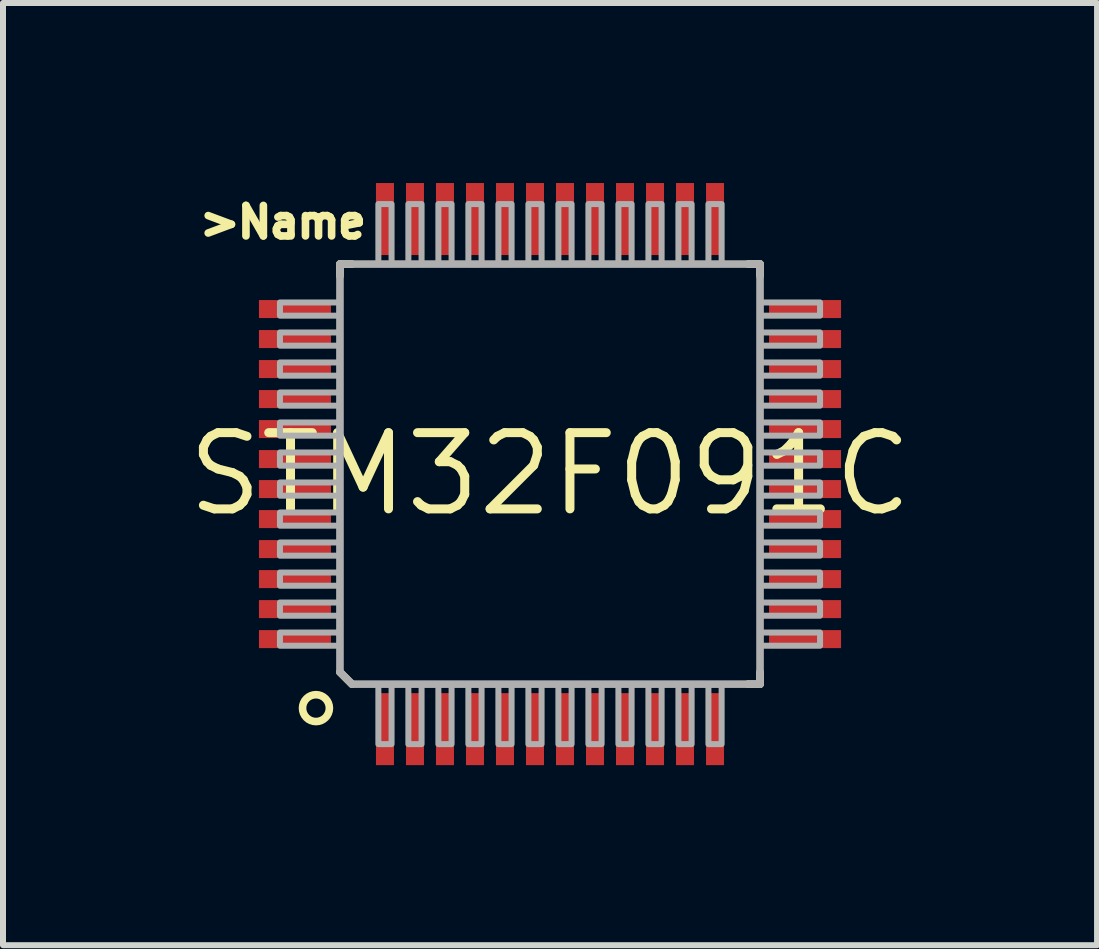
<source format=kicad_pcb>
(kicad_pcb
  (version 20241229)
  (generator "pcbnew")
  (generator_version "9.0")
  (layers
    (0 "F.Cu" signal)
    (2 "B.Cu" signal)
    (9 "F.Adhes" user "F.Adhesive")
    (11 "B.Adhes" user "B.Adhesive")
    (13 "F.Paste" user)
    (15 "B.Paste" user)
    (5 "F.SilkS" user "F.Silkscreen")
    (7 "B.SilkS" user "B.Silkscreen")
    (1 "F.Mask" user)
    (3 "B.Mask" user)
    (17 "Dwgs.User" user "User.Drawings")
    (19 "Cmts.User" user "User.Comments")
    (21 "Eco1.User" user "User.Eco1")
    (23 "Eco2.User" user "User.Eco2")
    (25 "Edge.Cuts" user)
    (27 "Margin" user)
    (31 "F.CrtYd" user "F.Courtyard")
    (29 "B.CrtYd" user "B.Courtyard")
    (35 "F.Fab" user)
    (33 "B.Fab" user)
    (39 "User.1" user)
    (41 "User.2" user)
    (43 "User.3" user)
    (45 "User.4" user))
  (footprint "STM32F091C"
    (layer "F.Cu")
    (at 6.115 4.85)
    (property "Reference" "STM32F091C" (at 0 0 0) (layer "F.SilkS") (effects (font (size 1.27 1.27) (thickness 0.15))))
    (fp_line (start -3.5 -3.5) (end -3.3 -3.5) (stroke (width 0.127) (type solid)) (layer "F.SilkS"))
    (fp_line (start -3.5 -3.3) (end -3.5 -3.5) (stroke (width 0.127) (type solid)) (layer "F.SilkS"))
    (fp_line (start -3.3 3.5) (end -3.5 3.3) (stroke (width 0.127) (type solid)) (layer "F.SilkS"))
    (fp_line (start 3.3 -3.5) (end 3.5 -3.5) (stroke (width 0.127) (type solid)) (layer "F.SilkS"))
    (fp_line (start 3.5 -3.5) (end 3.5 -3.3) (stroke (width 0.127) (type solid)) (layer "F.SilkS"))
    (fp_line (start 3.5 3.5) (end 3.3 3.5) (stroke (width 0.127) (type solid)) (layer "F.SilkS"))
    (fp_line (start 3.5 3.5) (end 3.5 3.3) (stroke (width 0.127) (type solid)) (layer "F.SilkS"))
    (fp_circle (center -3.9 3.9) (end -3.676 3.9) (stroke (width 0.127) (type solid)) (fill no) (layer "F.SilkS"))
    (fp_line (start -3.5 -3.5) (end 3.5 -3.5) (stroke (width 0.127) (type solid)) (layer "F.Fab"))
    (fp_line (start -3.5 3.3) (end -3.5 -3.5) (stroke (width 0.127) (type solid)) (layer "F.Fab"))
    (fp_line (start -3.3 3.5) (end -3.5 3.3) (stroke (width 0.127) (type solid)) (layer "F.Fab"))
    (fp_line (start 3.5 -3.5) (end 3.5 3.5) (stroke (width 0.127) (type solid)) (layer "F.Fab"))
    (fp_line (start 3.5 3.5) (end -3.3 3.5) (stroke (width 0.127) (type solid)) (layer "F.Fab"))
    (fp_poly (pts (xy -3.5 -2.86) (xy -4.5 -2.86) (xy -4.5 -2.64) (xy -3.5 -2.64)) (stroke (width 0.1) (type solid)) (fill no) (layer "F.Fab"))
    (fp_poly (pts (xy -3.5 -2.36) (xy -4.5 -2.36) (xy -4.5 -2.14) (xy -3.5 -2.14)) (stroke (width 0.1) (type solid)) (fill no) (layer "F.Fab"))
    (fp_poly (pts (xy -3.5 -1.86) (xy -4.5 -1.86) (xy -4.5 -1.64) (xy -3.5 -1.64)) (stroke (width 0.1) (type solid)) (fill no) (layer "F.Fab"))
    (fp_poly (pts (xy -3.5 -1.36) (xy -4.5 -1.36) (xy -4.5 -1.14) (xy -3.5 -1.14)) (stroke (width 0.1) (type solid)) (fill no) (layer "F.Fab"))
    (fp_poly (pts (xy -3.5 -0.86) (xy -4.5 -0.86) (xy -4.5 -0.64) (xy -3.5 -0.64)) (stroke (width 0.1) (type solid)) (fill no) (layer "F.Fab"))
    (fp_poly (pts (xy -3.5 -0.36) (xy -4.5 -0.36) (xy -4.5 -0.14) (xy -3.5 -0.14)) (stroke (width 0.1) (type solid)) (fill no) (layer "F.Fab"))
    (fp_poly (pts (xy -3.5 0.14) (xy -4.5 0.14) (xy -4.5 0.36) (xy -3.5 0.36)) (stroke (width 0.1) (type solid)) (fill no) (layer "F.Fab"))
    (fp_poly (pts (xy -3.5 0.64) (xy -4.5 0.64) (xy -4.5 0.86) (xy -3.5 0.86)) (stroke (width 0.1) (type solid)) (fill no) (layer "F.Fab"))
    (fp_poly (pts (xy -3.5 1.14) (xy -4.5 1.14) (xy -4.5 1.36) (xy -3.5 1.36)) (stroke (width 0.1) (type solid)) (fill no) (layer "F.Fab"))
    (fp_poly (pts (xy -3.5 1.64) (xy -4.5 1.64) (xy -4.5 1.86) (xy -3.5 1.86)) (stroke (width 0.1) (type solid)) (fill no) (layer "F.Fab"))
    (fp_poly (pts (xy -3.5 2.14) (xy -4.5 2.14) (xy -4.5 2.36) (xy -3.5 2.36)) (stroke (width 0.1) (type solid)) (fill no) (layer "F.Fab"))
    (fp_poly (pts (xy -3.5 2.64) (xy -4.5 2.64) (xy -4.5 2.86) (xy -3.5 2.86)) (stroke (width 0.1) (type solid)) (fill no) (layer "F.Fab"))
    (fp_poly (pts (xy -2.86 -4.5) (xy -2.86 -3.5) (xy -2.64 -3.5) (xy -2.64 -4.5)) (stroke (width 0.1) (type solid)) (fill no) (layer "F.Fab"))
    (fp_poly (pts (xy -2.64 4.5) (xy -2.64 3.5) (xy -2.86 3.5) (xy -2.86 4.5)) (stroke (width 0.1) (type solid)) (fill no) (layer "F.Fab"))
    (fp_poly (pts (xy -2.36 -4.5) (xy -2.36 -3.5) (xy -2.14 -3.5) (xy -2.14 -4.5)) (stroke (width 0.1) (type solid)) (fill no) (layer "F.Fab"))
    (fp_poly (pts (xy -2.14 4.5) (xy -2.14 3.5) (xy -2.36 3.5) (xy -2.36 4.5)) (stroke (width 0.1) (type solid)) (fill no) (layer "F.Fab"))
    (fp_poly (pts (xy -1.86 -4.5) (xy -1.86 -3.5) (xy -1.64 -3.5) (xy -1.64 -4.5)) (stroke (width 0.1) (type solid)) (fill no) (layer "F.Fab"))
    (fp_poly (pts (xy -1.64 4.5) (xy -1.64 3.5) (xy -1.86 3.5) (xy -1.86 4.5)) (stroke (width 0.1) (type solid)) (fill no) (layer "F.Fab"))
    (fp_poly (pts (xy -1.36 -4.5) (xy -1.36 -3.5) (xy -1.14 -3.5) (xy -1.14 -4.5)) (stroke (width 0.1) (type solid)) (fill no) (layer "F.Fab"))
    (fp_poly (pts (xy -1.14 4.5) (xy -1.14 3.5) (xy -1.36 3.5) (xy -1.36 4.5)) (stroke (width 0.1) (type solid)) (fill no) (layer "F.Fab"))
    (fp_poly (pts (xy -0.86 -4.5) (xy -0.86 -3.5) (xy -0.64 -3.5) (xy -0.64 -4.5)) (stroke (width 0.1) (type solid)) (fill no) (layer "F.Fab"))
    (fp_poly (pts (xy -0.64 4.5) (xy -0.64 3.5) (xy -0.86 3.5) (xy -0.86 4.5)) (stroke (width 0.1) (type solid)) (fill no) (layer "F.Fab"))
    (fp_poly (pts (xy -0.36 -4.5) (xy -0.36 -3.5) (xy -0.14 -3.5) (xy -0.14 -4.5)) (stroke (width 0.1) (type solid)) (fill no) (layer "F.Fab"))
    (fp_poly (pts (xy -0.14 4.5) (xy -0.14 3.5) (xy -0.36 3.5) (xy -0.36 4.5)) (stroke (width 0.1) (type solid)) (fill no) (layer "F.Fab"))
    (fp_poly (pts (xy 0.14 -4.5) (xy 0.14 -3.5) (xy 0.36 -3.5) (xy 0.36 -4.5)) (stroke (width 0.1) (type solid)) (fill no) (layer "F.Fab"))
    (fp_poly (pts (xy 0.36 4.5) (xy 0.36 3.5) (xy 0.14 3.5) (xy 0.14 4.5)) (stroke (width 0.1) (type solid)) (fill no) (layer "F.Fab"))
    (fp_poly (pts (xy 0.64 -4.5) (xy 0.64 -3.5) (xy 0.86 -3.5) (xy 0.86 -4.5)) (stroke (width 0.1) (type solid)) (fill no) (layer "F.Fab"))
    (fp_poly (pts (xy 0.86 4.5) (xy 0.86 3.5) (xy 0.64 3.5) (xy 0.64 4.5)) (stroke (width 0.1) (type solid)) (fill no) (layer "F.Fab"))
    (fp_poly (pts (xy 1.14 -4.5) (xy 1.14 -3.5) (xy 1.36 -3.5) (xy 1.36 -4.5)) (stroke (width 0.1) (type solid)) (fill no) (layer "F.Fab"))
    (fp_poly (pts (xy 1.36 4.5) (xy 1.36 3.5) (xy 1.14 3.5) (xy 1.14 4.5)) (stroke (width 0.1) (type solid)) (fill no) (layer "F.Fab"))
    (fp_poly (pts (xy 1.64 -4.5) (xy 1.64 -3.5) (xy 1.86 -3.5) (xy 1.86 -4.5)) (stroke (width 0.1) (type solid)) (fill no) (layer "F.Fab"))
    (fp_poly (pts (xy 1.86 4.5) (xy 1.86 3.5) (xy 1.64 3.5) (xy 1.64 4.5)) (stroke (width 0.1) (type solid)) (fill no) (layer "F.Fab"))
    (fp_poly (pts (xy 2.14 -4.5) (xy 2.14 -3.5) (xy 2.36 -3.5) (xy 2.36 -4.5)) (stroke (width 0.1) (type solid)) (fill no) (layer "F.Fab"))
    (fp_poly (pts (xy 2.36 4.5) (xy 2.36 3.5) (xy 2.14 3.5) (xy 2.14 4.5)) (stroke (width 0.1) (type solid)) (fill no) (layer "F.Fab"))
    (fp_poly (pts (xy 2.64 -4.5) (xy 2.64 -3.5) (xy 2.86 -3.5) (xy 2.86 -4.5)) (stroke (width 0.1) (type solid)) (fill no) (layer "F.Fab"))
    (fp_poly (pts (xy 2.86 4.5) (xy 2.86 3.5) (xy 2.64 3.5) (xy 2.64 4.5)) (stroke (width 0.1) (type solid)) (fill no) (layer "F.Fab"))
    (fp_poly (pts (xy 4.5 -2.86) (xy 3.5 -2.86) (xy 3.5 -2.64) (xy 4.5 -2.64)) (stroke (width 0.1) (type solid)) (fill no) (layer "F.Fab"))
    (fp_poly (pts (xy 4.5 -2.36) (xy 3.5 -2.36) (xy 3.5 -2.14) (xy 4.5 -2.14)) (stroke (width 0.1) (type solid)) (fill no) (layer "F.Fab"))
    (fp_poly (pts (xy 4.5 -1.86) (xy 3.5 -1.86) (xy 3.5 -1.64) (xy 4.5 -1.64)) (stroke (width 0.1) (type solid)) (fill no) (layer "F.Fab"))
    (fp_poly (pts (xy 4.5 -1.36) (xy 3.5 -1.36) (xy 3.5 -1.14) (xy 4.5 -1.14)) (stroke (width 0.1) (type solid)) (fill no) (layer "F.Fab"))
    (fp_poly (pts (xy 4.5 -0.86) (xy 3.5 -0.86) (xy 3.5 -0.64) (xy 4.5 -0.64)) (stroke (width 0.1) (type solid)) (fill no) (layer "F.Fab"))
    (fp_poly (pts (xy 4.5 -0.36) (xy 3.5 -0.36) (xy 3.5 -0.14) (xy 4.5 -0.14)) (stroke (width 0.1) (type solid)) (fill no) (layer "F.Fab"))
    (fp_poly (pts (xy 4.5 0.14) (xy 3.5 0.14) (xy 3.5 0.36) (xy 4.5 0.36)) (stroke (width 0.1) (type solid)) (fill no) (layer "F.Fab"))
    (fp_poly (pts (xy 4.5 0.64) (xy 3.5 0.64) (xy 3.5 0.86) (xy 4.5 0.86)) (stroke (width 0.1) (type solid)) (fill no) (layer "F.Fab"))
    (fp_poly (pts (xy 4.5 1.14) (xy 3.5 1.14) (xy 3.5 1.36) (xy 4.5 1.36)) (stroke (width 0.1) (type solid)) (fill no) (layer "F.Fab"))
    (fp_poly (pts (xy 4.5 1.64) (xy 3.5 1.64) (xy 3.5 1.86) (xy 4.5 1.86)) (stroke (width 0.1) (type solid)) (fill no) (layer "F.Fab"))
    (fp_poly (pts (xy 4.5 2.14) (xy 3.5 2.14) (xy 3.5 2.36) (xy 4.5 2.36)) (stroke (width 0.1) (type solid)) (fill no) (layer "F.Fab"))
    (fp_poly (pts (xy 4.5 2.64) (xy 3.5 2.64) (xy 3.5 2.86) (xy 4.5 2.86)) (stroke (width 0.1) (type solid)) (fill no) (layer "F.Fab"))
    (fp_text user ">Name" (at -5.9 -3.9 0) (layer "F.SilkS") (effects (font (size 0.508 0.508) (thickness 0.127)) (justify left bottom)))
    (pad "1" smd rect (at -2.75 4.25 90) (size 1.2 0.3) (layers "F.Cu" "F.Mask" "F.Paste"))
    (pad "2" smd rect (at -2.25 4.25 90) (size 1.2 0.3) (layers "F.Cu" "F.Mask" "F.Paste"))
    (pad "3" smd rect (at -1.75 4.25 90) (size 1.2 0.3) (layers "F.Cu" "F.Mask" "F.Paste"))
    (pad "4" smd rect (at -1.25 4.25 90) (size 1.2 0.3) (layers "F.Cu" "F.Mask" "F.Paste"))
    (pad "5" smd rect (at -0.75 4.25 90) (size 1.2 0.3) (layers "F.Cu" "F.Mask" "F.Paste"))
    (pad "6" smd rect (at -0.25 4.25 90) (size 1.2 0.3) (layers "F.Cu" "F.Mask" "F.Paste"))
    (pad "7" smd rect (at 0.25 4.25 90) (size 1.2 0.3) (layers "F.Cu" "F.Mask" "F.Paste"))
    (pad "8" smd rect (at 0.75 4.25 90) (size 1.2 0.3) (layers "F.Cu" "F.Mask" "F.Paste"))
    (pad "9" smd rect (at 1.25 4.25 90) (size 1.2 0.3) (layers "F.Cu" "F.Mask" "F.Paste"))
    (pad "10" smd rect (at 1.75 4.25 90) (size 1.2 0.3) (layers "F.Cu" "F.Mask" "F.Paste"))
    (pad "11" smd rect (at 2.25 4.25 90) (size 1.2 0.3) (layers "F.Cu" "F.Mask" "F.Paste"))
    (pad "12" smd rect (at 2.75 4.25 90) (size 1.2 0.3) (layers "F.Cu" "F.Mask" "F.Paste"))
    (pad "13" smd rect (at 4.25 2.75 180) (size 1.2 0.3) (layers "F.Cu" "F.Mask" "F.Paste"))
    (pad "14" smd rect (at 4.25 2.25 180) (size 1.2 0.3) (layers "F.Cu" "F.Mask" "F.Paste"))
    (pad "15" smd rect (at 4.25 1.75 180) (size 1.2 0.3) (layers "F.Cu" "F.Mask" "F.Paste"))
    (pad "16" smd rect (at 4.25 1.25 180) (size 1.2 0.3) (layers "F.Cu" "F.Mask" "F.Paste"))
    (pad "17" smd rect (at 4.25 0.75 180) (size 1.2 0.3) (layers "F.Cu" "F.Mask" "F.Paste"))
    (pad "18" smd rect (at 4.25 0.25 180) (size 1.2 0.3) (layers "F.Cu" "F.Mask" "F.Paste"))
    (pad "19" smd rect (at 4.25 -0.25 180) (size 1.2 0.3) (layers "F.Cu" "F.Mask" "F.Paste"))
    (pad "20" smd rect (at 4.25 -0.75 180) (size 1.2 0.3) (layers "F.Cu" "F.Mask" "F.Paste"))
    (pad "21" smd rect (at 4.25 -1.25 180) (size 1.2 0.3) (layers "F.Cu" "F.Mask" "F.Paste"))
    (pad "22" smd rect (at 4.25 -1.75 180) (size 1.2 0.3) (layers "F.Cu" "F.Mask" "F.Paste"))
    (pad "23" smd rect (at 4.25 -2.25 180) (size 1.2 0.3) (layers "F.Cu" "F.Mask" "F.Paste"))
    (pad "24" smd rect (at 4.25 -2.75 180) (size 1.2 0.3) (layers "F.Cu" "F.Mask" "F.Paste"))
    (pad "25" smd rect (at 2.75 -4.25 270) (size 1.2 0.3) (layers "F.Cu" "F.Mask" "F.Paste"))
    (pad "26" smd rect (at 2.25 -4.25 270) (size 1.2 0.3) (layers "F.Cu" "F.Mask" "F.Paste"))
    (pad "27" smd rect (at 1.75 -4.25 270) (size 1.2 0.3) (layers "F.Cu" "F.Mask" "F.Paste"))
    (pad "28" smd rect (at 1.25 -4.25 270) (size 1.2 0.3) (layers "F.Cu" "F.Mask" "F.Paste"))
    (pad "29" smd rect (at 0.75 -4.25 270) (size 1.2 0.3) (layers "F.Cu" "F.Mask" "F.Paste"))
    (pad "30" smd rect (at 0.25 -4.25 270) (size 1.2 0.3) (layers "F.Cu" "F.Mask" "F.Paste"))
    (pad "31" smd rect (at -0.25 -4.25 270) (size 1.2 0.3) (layers "F.Cu" "F.Mask" "F.Paste"))
    (pad "32" smd rect (at -0.75 -4.25 270) (size 1.2 0.3) (layers "F.Cu" "F.Mask" "F.Paste"))
    (pad "33" smd rect (at -1.25 -4.25 270) (size 1.2 0.3) (layers "F.Cu" "F.Mask" "F.Paste"))
    (pad "34" smd rect (at -1.75 -4.25 270) (size 1.2 0.3) (layers "F.Cu" "F.Mask" "F.Paste"))
    (pad "35" smd rect (at -2.25 -4.25 270) (size 1.2 0.3) (layers "F.Cu" "F.Mask" "F.Paste"))
    (pad "36" smd rect (at -2.75 -4.25 270) (size 1.2 0.3) (layers "F.Cu" "F.Mask" "F.Paste"))
    (pad "37" smd rect (at -4.25 -2.75) (size 1.2 0.3) (layers "F.Cu" "F.Mask" "F.Paste"))
    (pad "38" smd rect (at -4.25 -2.25) (size 1.2 0.3) (layers "F.Cu" "F.Mask" "F.Paste"))
    (pad "39" smd rect (at -4.25 -1.75) (size 1.2 0.3) (layers "F.Cu" "F.Mask" "F.Paste"))
    (pad "40" smd rect (at -4.25 -1.25) (size 1.2 0.3) (layers "F.Cu" "F.Mask" "F.Paste"))
    (pad "41" smd rect (at -4.25 -0.75) (size 1.2 0.3) (layers "F.Cu" "F.Mask" "F.Paste"))
    (pad "42" smd rect (at -4.25 -0.25) (size 1.2 0.3) (layers "F.Cu" "F.Mask" "F.Paste"))
    (pad "43" smd rect (at -4.25 0.25) (size 1.2 0.3) (layers "F.Cu" "F.Mask" "F.Paste"))
    (pad "44" smd rect (at -4.25 0.75) (size 1.2 0.3) (layers "F.Cu" "F.Mask" "F.Paste"))
    (pad "45" smd rect (at -4.25 1.25) (size 1.2 0.3) (layers "F.Cu" "F.Mask" "F.Paste"))
    (pad "46" smd rect (at -4.25 1.75) (size 1.2 0.3) (layers "F.Cu" "F.Mask" "F.Paste"))
    (pad "47" smd rect (at -4.25 2.25) (size 1.2 0.3) (layers "F.Cu" "F.Mask" "F.Paste"))
    (pad "48" smd rect (at -4.25 2.75) (size 1.2 0.3) (layers "F.Cu" "F.Mask" "F.Paste")))
  (gr_rect
    (start -3 -3)
    (end 15.231 12.7)
    (stroke (width 0.1) (type default))
    (fill no)
    (layer "Edge.Cuts")))
</source>
